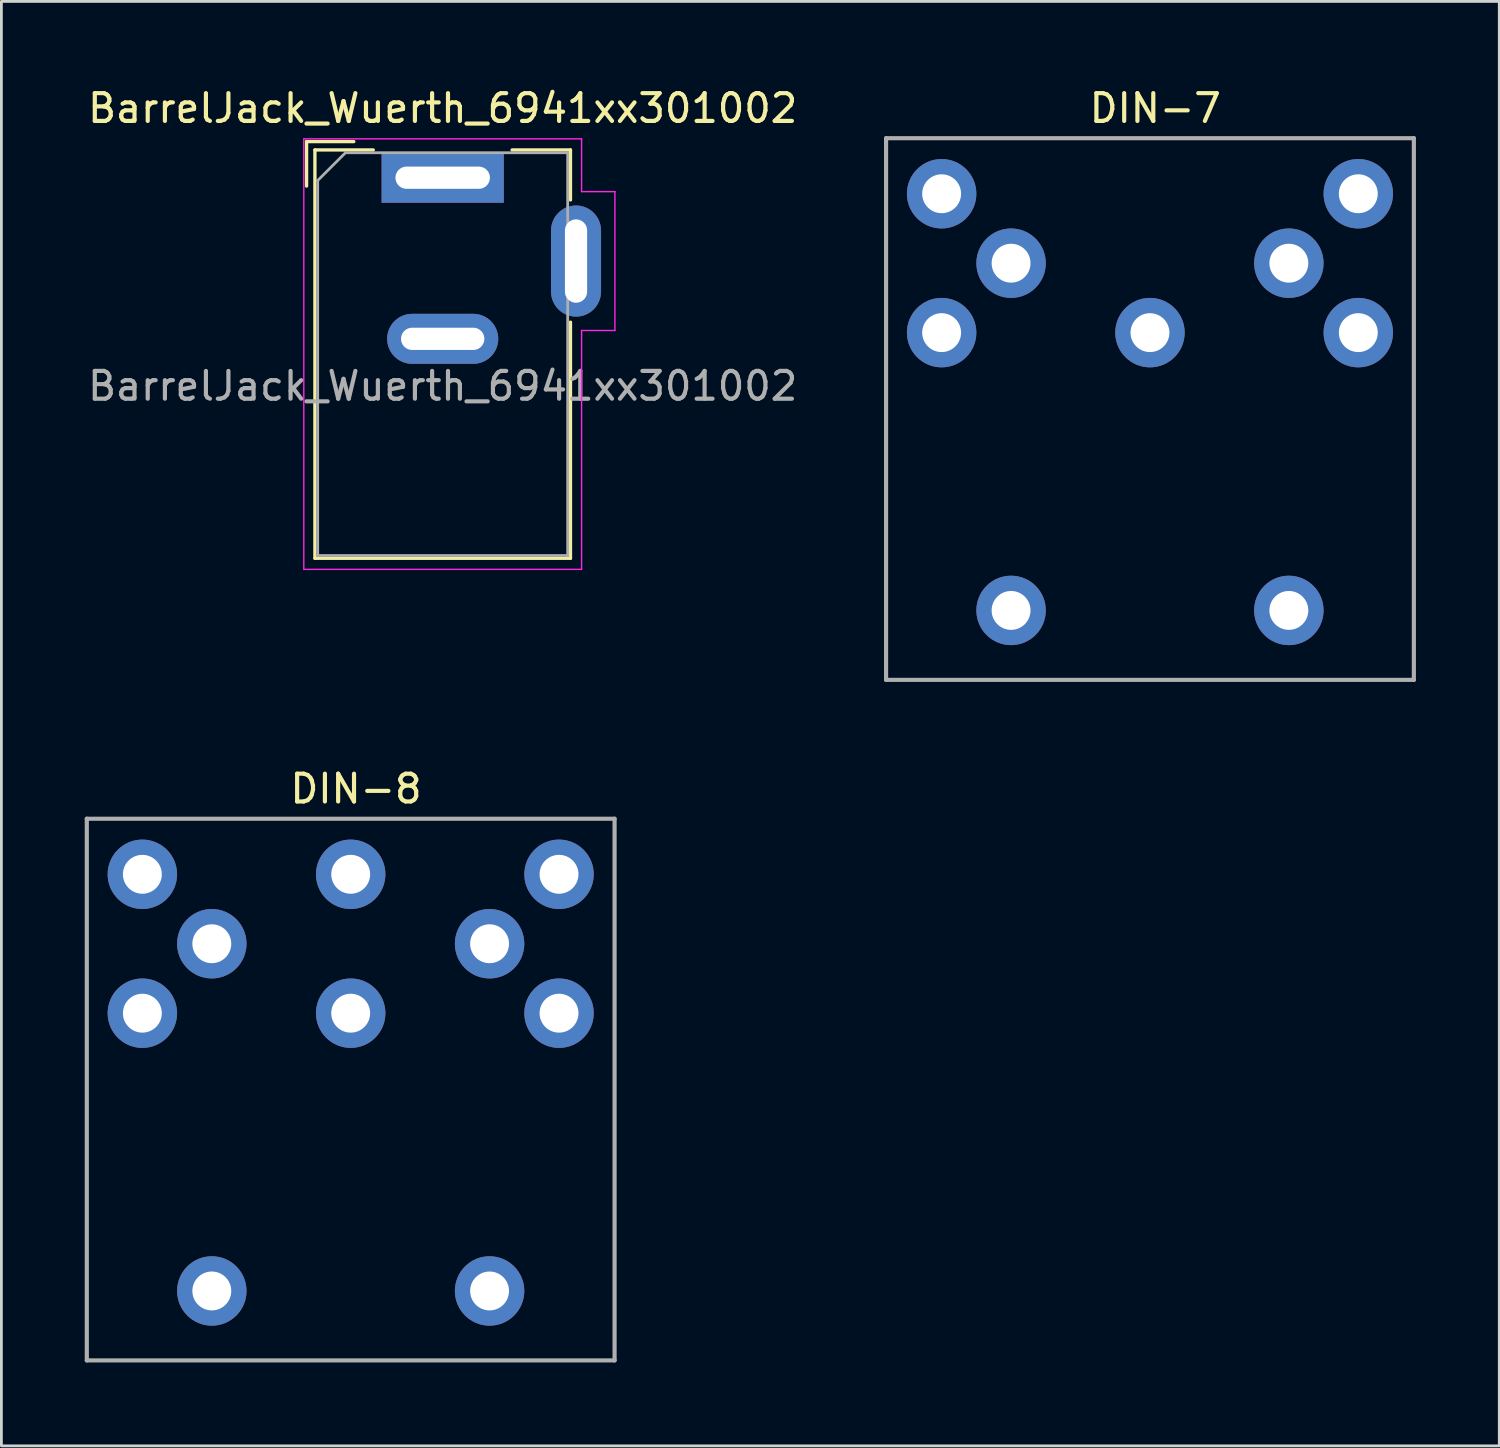
<source format=kicad_pcb>
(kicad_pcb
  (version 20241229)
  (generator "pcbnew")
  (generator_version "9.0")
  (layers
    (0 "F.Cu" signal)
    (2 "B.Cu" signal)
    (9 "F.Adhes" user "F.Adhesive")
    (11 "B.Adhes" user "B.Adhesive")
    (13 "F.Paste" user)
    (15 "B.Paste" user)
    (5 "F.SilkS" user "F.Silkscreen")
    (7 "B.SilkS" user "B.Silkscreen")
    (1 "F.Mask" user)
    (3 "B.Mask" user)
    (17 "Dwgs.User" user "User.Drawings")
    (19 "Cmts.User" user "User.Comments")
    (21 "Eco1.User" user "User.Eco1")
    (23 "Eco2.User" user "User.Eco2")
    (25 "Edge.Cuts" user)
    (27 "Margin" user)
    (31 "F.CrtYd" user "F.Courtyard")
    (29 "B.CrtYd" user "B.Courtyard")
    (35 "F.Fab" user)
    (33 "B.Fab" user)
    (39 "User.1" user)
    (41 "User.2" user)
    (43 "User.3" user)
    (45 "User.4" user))
  (footprint "BarrelJack_Wuerth_6941xx301002"
    (layer "F.Cu")
    (at 12.887 3.348)
    (property "Reference" "BarrelJack_Wuerth_6941xx301002" (at 0 -2.5 0) (layer "F.SilkS") (effects (font (size 1 1) (thickness 0.15))))
    (attr through_hole)
    (fp_line (start -4.9 -1.3) (end -4.9 0.3) (stroke (width 0.12) (type solid)) (layer "F.SilkS"))
    (fp_line (start -4.6 -1) (end -2.5 -1) (stroke (width 0.12) (type solid)) (layer "F.SilkS"))
    (fp_line (start -4.6 13.7) (end -4.6 -1) (stroke (width 0.12) (type solid)) (layer "F.SilkS"))
    (fp_line (start -3.2 -1.3) (end -4.9 -1.3) (stroke (width 0.12) (type solid)) (layer "F.SilkS"))
    (fp_line (start 2.5 -1) (end 4.6 -1) (stroke (width 0.12) (type solid)) (layer "F.SilkS"))
    (fp_line (start 4.6 -1) (end 4.6 0.8) (stroke (width 0.12) (type solid)) (layer "F.SilkS"))
    (fp_line (start 4.6 5.2) (end 4.6 13.7) (stroke (width 0.12) (type solid)) (layer "F.SilkS"))
    (fp_line (start 4.6 13.7) (end -4.6 13.7) (stroke (width 0.12) (type solid)) (layer "F.SilkS"))
    (fp_line (start -5 -1.4) (end -5 14.1) (stroke (width 0.05) (type solid)) (layer "F.CrtYd"))
    (fp_line (start -5 14.1) (end 5 14.1) (stroke (width 0.05) (type solid)) (layer "F.CrtYd"))
    (fp_line (start 5 -1.4) (end -5 -1.4) (stroke (width 0.05) (type solid)) (layer "F.CrtYd"))
    (fp_line (start 5 0.5) (end 5 -1.4) (stroke (width 0.05) (type solid)) (layer "F.CrtYd"))
    (fp_line (start 5 14.1) (end 5 5.5) (stroke (width 0.05) (type solid)) (layer "F.CrtYd"))
    (fp_line (start 6.2 0.5) (end 5 0.5) (stroke (width 0.05) (type solid)) (layer "F.CrtYd"))
    (fp_line (start 6.2 0.5) (end 6.2 5.5) (stroke (width 0.05) (type solid)) (layer "F.CrtYd"))
    (fp_line (start 6.2 5.5) (end 5 5.5) (stroke (width 0.05) (type solid)) (layer "F.CrtYd"))
    (fp_line (start -4.5 0.1) (end -3.5 -0.9) (stroke (width 0.1) (type solid)) (layer "F.Fab"))
    (fp_line (start -4.5 13.6) (end -4.5 0.1) (stroke (width 0.1) (type solid)) (layer "F.Fab"))
    (fp_line (start 4.5 -0.9) (end -3.5 -0.9) (stroke (width 0.1) (type solid)) (layer "F.Fab"))
    (fp_line (start 4.5 -0.9) (end 4.5 13.6) (stroke (width 0.1) (type solid)) (layer "F.Fab"))
    (fp_line (start 4.5 13.6) (end -4.5 13.6) (stroke (width 0.1) (type solid)) (layer "F.Fab"))
    (fp_text user "${REFERENCE}" (at 0 7.5 0) (layer "F.Fab") (effects (font (size 1 1) (thickness 0.15))))
    (pad "1" thru_hole rect (at 0 0) (size 4.4 1.8) (drill oval 3.4 0.8) (layers "*.Cu" "*.Mask"))
    (pad "2" thru_hole oval (at 0 5.8) (size 4 1.8) (drill oval 3 0.8) (layers "*.Cu" "*.Mask"))
    (pad "2" thru_hole oval (at 4.8 3 90) (size 4 1.8) (drill oval 3 0.8) (layers "*.Cu" "*.Mask")))
  (footprint "DIN-7"
    (layer "F.Cu")
    (at 41.639 8.312)
    (property "Reference" "DIN-7" (at -3.099 -7.464 0) (layer "F.SilkS") (effects (font (size 1 1) (thickness 0.15))))
    (attr through_hole)
    (fp_line (start -12.79 -6.387) (end 6.21 -6.387) (stroke (width 0.15) (type solid)) (layer "F.Fab"))
    (fp_line (start -12.79 13.113) (end -12.79 -6.387) (stroke (width 0.15) (type solid)) (layer "F.Fab"))
    (fp_line (start -12.79 13.113) (end 6.21 13.113) (stroke (width 0.15) (type solid)) (layer "F.Fab"))
    (fp_line (start 6.21 13.113) (end 6.21 -6.387) (stroke (width 0.15) (type solid)) (layer "F.Fab"))
    (pad "1" thru_hole circle (at 4.21 0.613 90) (size 2.5 2.5) (drill 1.4) (layers "*.Cu" "*.Mask"))
    (pad "3" thru_hole circle (at -10.79 0.613 90) (size 2.5 2.5) (drill 1.4) (layers "*.Cu" "*.Mask"))
    (pad "4" thru_hole circle (at 1.71 -1.887 90) (size 2.5 2.5) (drill 1.4) (layers "*.Cu" "*.Mask"))
    (pad "5" thru_hole circle (at -8.29 -1.887 90) (size 2.5 2.5) (drill 1.4) (layers "*.Cu" "*.Mask"))
    (pad "6" thru_hole circle (at 4.21 -4.387 90) (size 2.5 2.5) (drill 1.4) (layers "*.Cu" "*.Mask"))
    (pad "7" thru_hole circle (at -10.79 -4.387 90) (size 2.5 2.5) (drill 1.4) (layers "*.Cu" "*.Mask"))
    (pad "8" thru_hole circle (at -3.29 0.613 90) (size 2.5 2.5) (drill 1.4) (layers "*.Cu" "*.Mask"))
    (pad "9" thru_hole circle (at -8.29 10.613 90) (size 2.5 2.5) (drill 1.4) (layers "*.Cu" "*.Mask"))
    (pad "9" thru_hole circle (at 1.71 10.613 90) (size 2.5 2.5) (drill 1.4) (layers "*.Cu" "*.Mask")))
  (footprint "DIN-8"
    (layer "F.Cu")
    (at 12.865 32.812)
    (property "Reference" "DIN-8" (at -3.099 -7.464 0) (layer "F.SilkS") (effects (font (size 1 1) (thickness 0.15))))
    (attr through_hole)
    (fp_line (start -12.79 -6.387) (end 6.21 -6.387) (stroke (width 0.15) (type solid)) (layer "F.Fab"))
    (fp_line (start -12.79 13.113) (end -12.79 -6.387) (stroke (width 0.15) (type solid)) (layer "F.Fab"))
    (fp_line (start -12.79 13.113) (end 6.21 13.113) (stroke (width 0.15) (type solid)) (layer "F.Fab"))
    (fp_line (start 6.21 13.113) (end 6.21 -6.387) (stroke (width 0.15) (type solid)) (layer "F.Fab"))
    (pad "1" thru_hole circle (at 4.21 0.613 90) (size 2.5 2.5) (drill 1.4) (layers "*.Cu" "*.Mask"))
    (pad "2" thru_hole circle (at -3.29 -4.387 90) (size 2.5 2.5) (drill 1.4) (layers "*.Cu" "*.Mask"))
    (pad "3" thru_hole circle (at -10.79 0.613 90) (size 2.5 2.5) (drill 1.4) (layers "*.Cu" "*.Mask"))
    (pad "4" thru_hole circle (at 1.71 -1.887 90) (size 2.5 2.5) (drill 1.4) (layers "*.Cu" "*.Mask"))
    (pad "5" thru_hole circle (at -8.29 -1.887 90) (size 2.5 2.5) (drill 1.4) (layers "*.Cu" "*.Mask"))
    (pad "6" thru_hole circle (at 4.21 -4.387 90) (size 2.5 2.5) (drill 1.4) (layers "*.Cu" "*.Mask"))
    (pad "7" thru_hole circle (at -10.79 -4.387 90) (size 2.5 2.5) (drill 1.4) (layers "*.Cu" "*.Mask"))
    (pad "8" thru_hole circle (at -3.29 0.613 90) (size 2.5 2.5) (drill 1.4) (layers "*.Cu" "*.Mask"))
    (pad "9" thru_hole circle (at -8.29 10.613 90) (size 2.5 2.5) (drill 1.4) (layers "*.Cu" "*.Mask"))
    (pad "9" thru_hole circle (at 1.71 10.613 90) (size 2.5 2.5) (drill 1.4) (layers "*.Cu" "*.Mask")))
  (gr_rect
    (start -3 -3)
    (end 50.924 49.001)
    (stroke (width 0.1) (type default))
    (fill no)
    (layer "Edge.Cuts")))
</source>
